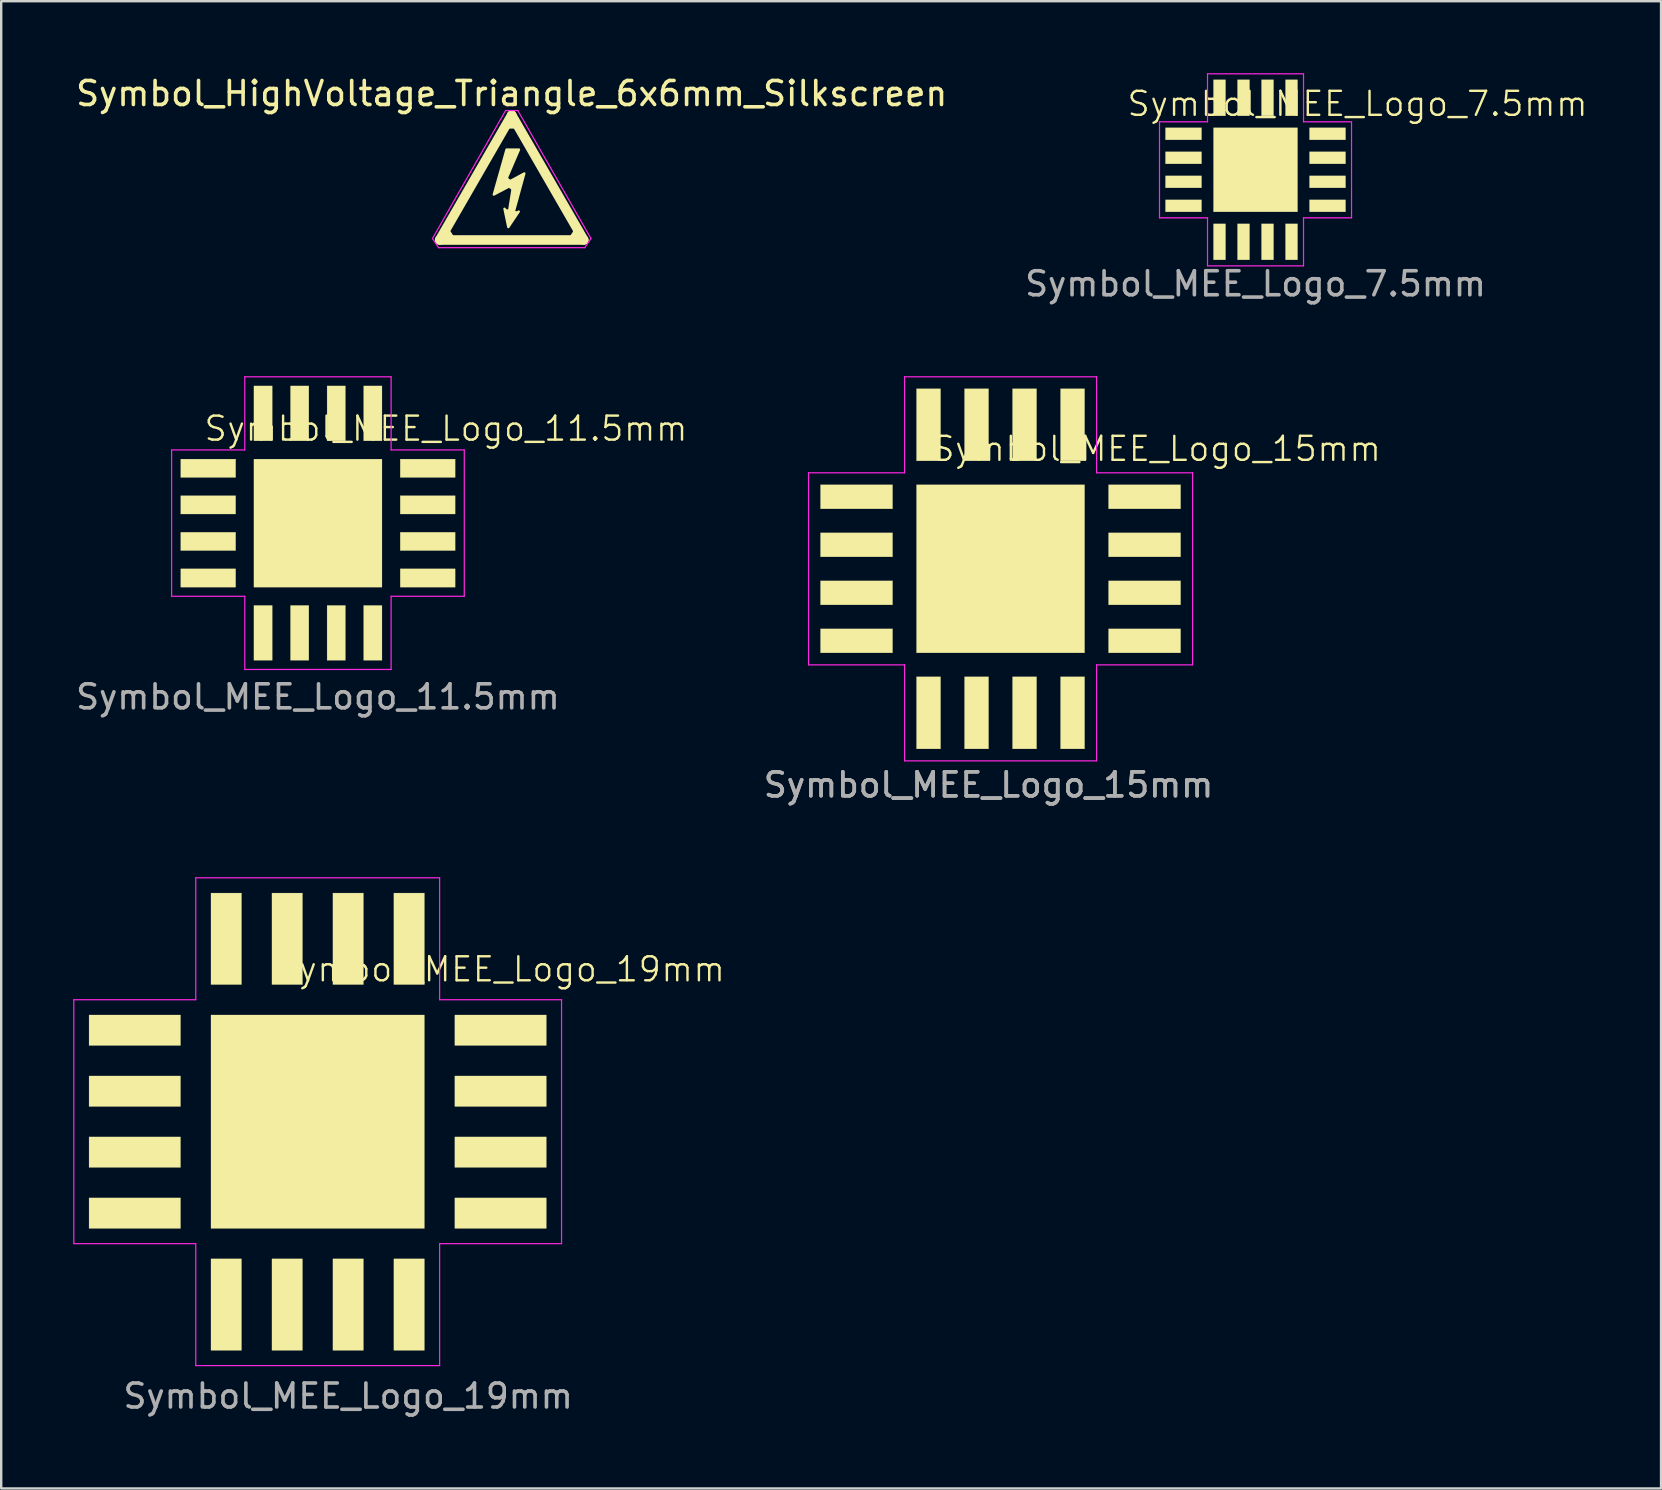
<source format=kicad_pcb>
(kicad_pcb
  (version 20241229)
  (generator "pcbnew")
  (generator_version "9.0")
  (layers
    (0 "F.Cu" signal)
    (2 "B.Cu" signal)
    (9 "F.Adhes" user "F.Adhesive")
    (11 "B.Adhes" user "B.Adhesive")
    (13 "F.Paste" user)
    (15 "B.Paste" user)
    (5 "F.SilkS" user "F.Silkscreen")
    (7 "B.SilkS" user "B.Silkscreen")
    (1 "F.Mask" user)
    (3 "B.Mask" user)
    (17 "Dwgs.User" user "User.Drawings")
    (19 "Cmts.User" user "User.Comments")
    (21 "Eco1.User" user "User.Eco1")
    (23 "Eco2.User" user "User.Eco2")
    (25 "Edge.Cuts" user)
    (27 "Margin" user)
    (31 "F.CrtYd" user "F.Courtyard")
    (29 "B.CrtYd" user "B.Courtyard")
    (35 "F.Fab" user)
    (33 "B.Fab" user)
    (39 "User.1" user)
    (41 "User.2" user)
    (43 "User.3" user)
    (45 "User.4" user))
  (footprint "Symbol_HighVoltage_Triangle_6x6mm_Silkscreen"
    (layer "F.Cu")
    (at 18.268 4.348)
    (property "Reference" "Symbol_HighVoltage_Triangle_6x6mm_Silkscreen" (at 0 -3.5 0) (layer "F.SilkS") (effects (font (size 1 1) (thickness 0.15))))
    (attr exclude_from_pos_files exclude_from_bom allow_missing_courtyard)
    (fp_line (start -3 2.6) (end 0 -2.6) (stroke (width 0.4) (type solid)) (layer "F.SilkS"))
    (fp_line (start -2.457 2.565) (end -2.723 2.155) (stroke (width 0.2) (type default)) (layer "F.SilkS"))
    (fp_line (start -0.28 0.03) (end -0.08 0.21) (stroke (width 0.2) (type default)) (layer "F.SilkS"))
    (fp_line (start -0.26 1.36) (end 0.21 1.46) (stroke (width 0.102) (type default)) (layer "F.SilkS"))
    (fp_line (start -0.135 0.295) (end 0.115 0.465) (stroke (width 0.2) (type default)) (layer "F.SilkS"))
    (fp_line (start -0.125 -2.14) (end 0.125 -2.14) (stroke (width 0.2) (type default)) (layer "F.SilkS"))
    (fp_line (start 0 -2.6) (end 3 2.6) (stroke (width 0.4) (type solid)) (layer "F.SilkS"))
    (fp_line (start 2.467 2.565) (end 2.733 2.155) (stroke (width 0.2) (type default)) (layer "F.SilkS"))
    (fp_line (start 3 2.6) (end -3 2.6) (stroke (width 0.4) (type solid)) (layer "F.SilkS"))
    (fp_poly (pts (xy -0.321 0.284) (xy 0.525 -0.171) (xy 0.049 1.565) (xy 0.293 1.416) (xy -0.141 2.062) (xy -0.3 1.3) (xy -0.131 1.533) (xy 0.07 0.273) (xy -0.745 0.707) (xy -0.215 -1.166) (xy 0.303 -1.166)) (stroke (width 0.1) (type solid)) (fill yes) (layer "F.SilkS"))
    (fp_line (start -3.302 2.54) (end -3.048 2.921) (stroke (width 0.05) (type default)) (layer "F.CrtYd"))
    (fp_line (start -3.048 2.921) (end 3.048 2.921) (stroke (width 0.05) (type default)) (layer "F.CrtYd"))
    (fp_line (start -0.254 -2.794) (end -3.302 2.54) (stroke (width 0.05) (type default)) (layer "F.CrtYd"))
    (fp_line (start -0.254 -2.794) (end 0.254 -2.794) (stroke (width 0.05) (type default)) (layer "F.CrtYd"))
    (fp_line (start 0.254 -2.794) (end 3.302 2.54) (stroke (width 0.05) (type default)) (layer "F.CrtYd"))
    (fp_line (start 3.048 2.921) (end 3.302 2.54) (stroke (width 0.05) (type default)) (layer "F.CrtYd")))
  (footprint "Symbol_MEE_Logo_15mm"
    (layer "F.Cu")
    (at 38.634 20.648)
    (property "Reference" "Symbol_MEE_Logo_15mm" (at 6.5 -5 0) (unlocked yes) (layer "F.SilkS") (effects (font (size 1 1) (thickness 0.1))))
    (attr smd)
    (fp_rect (start -7.5 -3.5) (end -4.5 -2.5) (stroke (width 0.01) (type solid)) (fill yes) (layer "F.SilkS"))
    (fp_rect (start -7.5 -1.5) (end -4.5 -0.5) (stroke (width 0.01) (type solid)) (fill yes) (layer "F.SilkS"))
    (fp_rect (start -7.5 0.5) (end -4.5 1.5) (stroke (width 0.01) (type solid)) (fill yes) (layer "F.SilkS"))
    (fp_rect (start -7.5 2.5) (end -4.5 3.5) (stroke (width 0.01) (type solid)) (fill yes) (layer "F.SilkS"))
    (fp_rect (start -3.5 -7.5) (end -2.5 -4.5) (stroke (width 0.01) (type solid)) (fill yes) (layer "F.SilkS"))
    (fp_rect (start -3.5 -3.5) (end 3.5 3.5) (stroke (width 0.01) (type solid)) (fill yes) (layer "F.SilkS"))
    (fp_rect (start -3.5 4.5) (end -2.5 7.5) (stroke (width 0.01) (type solid)) (fill yes) (layer "F.SilkS"))
    (fp_rect (start -1.5 -7.5) (end -0.5 -4.5) (stroke (width 0.01) (type solid)) (fill yes) (layer "F.SilkS"))
    (fp_rect (start -1.5 4.5) (end -0.5 7.5) (stroke (width 0.01) (type solid)) (fill yes) (layer "F.SilkS"))
    (fp_rect (start 0.5 -7.5) (end 1.5 -4.5) (stroke (width 0.01) (type solid)) (fill yes) (layer "F.SilkS"))
    (fp_rect (start 0.5 4.5) (end 1.5 7.5) (stroke (width 0.01) (type solid)) (fill yes) (layer "F.SilkS"))
    (fp_rect (start 2.5 -7.5) (end 3.5 -4.5) (stroke (width 0.01) (type solid)) (fill yes) (layer "F.SilkS"))
    (fp_rect (start 2.5 4.5) (end 3.5 7.5) (stroke (width 0.01) (type solid)) (fill yes) (layer "F.SilkS"))
    (fp_rect (start 4.5 -3.5) (end 7.5 -2.5) (stroke (width 0.01) (type solid)) (fill yes) (layer "F.SilkS"))
    (fp_rect (start 4.5 -1.5) (end 7.5 -0.5) (stroke (width 0.01) (type solid)) (fill yes) (layer "F.SilkS"))
    (fp_rect (start 4.5 0.5) (end 7.5 1.5) (stroke (width 0.01) (type solid)) (fill yes) (layer "F.SilkS"))
    (fp_rect (start 4.5 2.5) (end 7.5 3.5) (stroke (width 0.01) (type solid)) (fill yes) (layer "F.SilkS"))
    (fp_line (start -8 -4) (end -4 -4) (stroke (width 0.05) (type default)) (layer "F.CrtYd"))
    (fp_line (start -8 4) (end -8 -4) (stroke (width 0.05) (type default)) (layer "F.CrtYd"))
    (fp_line (start -4 -8) (end 4 -8) (stroke (width 0.05) (type default)) (layer "F.CrtYd"))
    (fp_line (start -4 -4) (end -4 -8) (stroke (width 0.05) (type default)) (layer "F.CrtYd"))
    (fp_line (start -4 4) (end -8 4) (stroke (width 0.05) (type default)) (layer "F.CrtYd"))
    (fp_line (start -4 8) (end -4 4) (stroke (width 0.05) (type default)) (layer "F.CrtYd"))
    (fp_line (start 4 -8) (end 4 -4) (stroke (width 0.05) (type default)) (layer "F.CrtYd"))
    (fp_line (start 4 -4) (end 8 -4) (stroke (width 0.05) (type default)) (layer "F.CrtYd"))
    (fp_line (start 4 4) (end 4 8) (stroke (width 0.05) (type default)) (layer "F.CrtYd"))
    (fp_line (start 4 8) (end -4 8) (stroke (width 0.05) (type default)) (layer "F.CrtYd"))
    (fp_line (start 8 -4) (end 8 4) (stroke (width 0.05) (type default)) (layer "F.CrtYd"))
    (fp_line (start 8 4) (end 4 4) (stroke (width 0.05) (type default)) (layer "F.CrtYd"))
    (fp_text user "${REFERENCE}" (at -0.5 9 0) (unlocked yes) (layer "F.Fab") (effects (font (size 1 1) (thickness 0.15))))
    (fp_text user "${REFERENCE}" (at -0.5 9 0) (unlocked yes) (layer "F.Fab") (effects (font (size 1 1) (thickness 0.15)))))
  (footprint "Symbol_MEE_Logo_11.5mm"
    (layer "F.Cu")
    (at 10.196 18.744)
    (property "Reference" "Symbol_MEE_Logo_11.5mm" (at 5.334 -3.937 0) (unlocked yes) (layer "F.SilkS") (effects (font (size 1 1) (thickness 0.1))))
    (attr smd)
    (fp_rect (start -5.715 -2.667) (end -3.429 -1.905) (stroke (width 0.01) (type solid)) (fill yes) (layer "F.SilkS"))
    (fp_rect (start -5.715 -1.143) (end -3.429 -0.381) (stroke (width 0.01) (type solid)) (fill yes) (layer "F.SilkS"))
    (fp_rect (start -5.715 0.381) (end -3.429 1.143) (stroke (width 0.01) (type solid)) (fill yes) (layer "F.SilkS"))
    (fp_rect (start -5.715 1.905) (end -3.429 2.667) (stroke (width 0.01) (type solid)) (fill yes) (layer "F.SilkS"))
    (fp_rect (start -2.667 -5.715) (end -1.905 -3.429) (stroke (width 0.01) (type solid)) (fill yes) (layer "F.SilkS"))
    (fp_rect (start -2.667 -2.667) (end 2.667 2.667) (stroke (width 0.01) (type solid)) (fill yes) (layer "F.SilkS"))
    (fp_rect (start -2.667 3.429) (end -1.905 5.715) (stroke (width 0.01) (type solid)) (fill yes) (layer "F.SilkS"))
    (fp_rect (start -1.143 -5.715) (end -0.381 -3.429) (stroke (width 0.01) (type solid)) (fill yes) (layer "F.SilkS"))
    (fp_rect (start -1.143 3.429) (end -0.381 5.715) (stroke (width 0.01) (type solid)) (fill yes) (layer "F.SilkS"))
    (fp_rect (start 0.381 -5.715) (end 1.143 -3.429) (stroke (width 0.01) (type solid)) (fill yes) (layer "F.SilkS"))
    (fp_rect (start 0.381 3.429) (end 1.143 5.715) (stroke (width 0.01) (type solid)) (fill yes) (layer "F.SilkS"))
    (fp_rect (start 1.905 -5.715) (end 2.667 -3.429) (stroke (width 0.01) (type solid)) (fill yes) (layer "F.SilkS"))
    (fp_rect (start 1.905 3.429) (end 2.667 5.715) (stroke (width 0.01) (type solid)) (fill yes) (layer "F.SilkS"))
    (fp_rect (start 3.429 -2.667) (end 5.715 -1.905) (stroke (width 0.01) (type solid)) (fill yes) (layer "F.SilkS"))
    (fp_rect (start 3.429 -1.143) (end 5.715 -0.381) (stroke (width 0.01) (type solid)) (fill yes) (layer "F.SilkS"))
    (fp_rect (start 3.429 0.381) (end 5.715 1.143) (stroke (width 0.01) (type solid)) (fill yes) (layer "F.SilkS"))
    (fp_rect (start 3.429 1.905) (end 5.715 2.667) (stroke (width 0.01) (type solid)) (fill yes) (layer "F.SilkS"))
    (fp_line (start -6.096 -3.048) (end -3.048 -3.048) (stroke (width 0.05) (type default)) (layer "F.CrtYd"))
    (fp_line (start -6.096 3.048) (end -6.096 -3.048) (stroke (width 0.05) (type default)) (layer "F.CrtYd"))
    (fp_line (start -3.048 -6.096) (end 3.048 -6.096) (stroke (width 0.05) (type default)) (layer "F.CrtYd"))
    (fp_line (start -3.048 -3.048) (end -3.048 -6.096) (stroke (width 0.05) (type default)) (layer "F.CrtYd"))
    (fp_line (start -3.048 3.048) (end -6.096 3.048) (stroke (width 0.05) (type default)) (layer "F.CrtYd"))
    (fp_line (start -3.048 6.096) (end -3.048 3.048) (stroke (width 0.05) (type default)) (layer "F.CrtYd"))
    (fp_line (start 3.048 -6.096) (end 3.048 -3.048) (stroke (width 0.05) (type default)) (layer "F.CrtYd"))
    (fp_line (start 3.048 -3.048) (end 6.096 -3.048) (stroke (width 0.05) (type default)) (layer "F.CrtYd"))
    (fp_line (start 3.048 3.048) (end 3.048 6.096) (stroke (width 0.05) (type default)) (layer "F.CrtYd"))
    (fp_line (start 3.048 6.096) (end -3.048 6.096) (stroke (width 0.05) (type default)) (layer "F.CrtYd"))
    (fp_line (start 6.096 -3.048) (end 6.096 3.048) (stroke (width 0.05) (type default)) (layer "F.CrtYd"))
    (fp_line (start 6.096 3.048) (end 3.048 3.048) (stroke (width 0.05) (type default)) (layer "F.CrtYd"))
    (fp_text user "${REFERENCE}" (at 0 7.239 0) (unlocked yes) (layer "F.Fab") (effects (font (size 1 1) (thickness 0.15)))))
  (footprint "Symbol_MEE_Logo_19mm"
    (layer "F.Cu")
    (at 10.185 43.681)
    (property "Reference" "Symbol_MEE_Logo_19mm" (at 7.62 -6.35 0) (unlocked yes) (layer "F.SilkS") (effects (font (size 1 1) (thickness 0.1))))
    (attr smd)
    (fp_rect (start -9.525 -4.445) (end -5.715 -3.175) (stroke (width 0.01) (type solid)) (fill yes) (layer "F.SilkS"))
    (fp_rect (start -9.525 -1.905) (end -5.715 -0.635) (stroke (width 0.01) (type solid)) (fill yes) (layer "F.SilkS"))
    (fp_rect (start -9.525 0.635) (end -5.715 1.905) (stroke (width 0.01) (type solid)) (fill yes) (layer "F.SilkS"))
    (fp_rect (start -9.525 3.175) (end -5.715 4.445) (stroke (width 0.01) (type solid)) (fill yes) (layer "F.SilkS"))
    (fp_rect (start -4.445 -9.525) (end -3.175 -5.715) (stroke (width 0.01) (type solid)) (fill yes) (layer "F.SilkS"))
    (fp_rect (start -4.445 -4.445) (end 4.445 4.445) (stroke (width 0.01) (type solid)) (fill yes) (layer "F.SilkS"))
    (fp_rect (start -4.445 5.715) (end -3.175 9.525) (stroke (width 0.01) (type solid)) (fill yes) (layer "F.SilkS"))
    (fp_rect (start -1.905 -9.525) (end -0.635 -5.715) (stroke (width 0.01) (type solid)) (fill yes) (layer "F.SilkS"))
    (fp_rect (start -1.905 5.715) (end -0.635 9.525) (stroke (width 0.01) (type solid)) (fill yes) (layer "F.SilkS"))
    (fp_rect (start 0.635 -9.525) (end 1.905 -5.715) (stroke (width 0.01) (type solid)) (fill yes) (layer "F.SilkS"))
    (fp_rect (start 0.635 5.715) (end 1.905 9.525) (stroke (width 0.01) (type solid)) (fill yes) (layer "F.SilkS"))
    (fp_rect (start 3.175 -9.525) (end 4.445 -5.715) (stroke (width 0.01) (type solid)) (fill yes) (layer "F.SilkS"))
    (fp_rect (start 3.175 5.715) (end 4.445 9.525) (stroke (width 0.01) (type solid)) (fill yes) (layer "F.SilkS"))
    (fp_rect (start 5.715 -4.445) (end 9.525 -3.175) (stroke (width 0.01) (type solid)) (fill yes) (layer "F.SilkS"))
    (fp_rect (start 5.715 -1.905) (end 9.525 -0.635) (stroke (width 0.01) (type solid)) (fill yes) (layer "F.SilkS"))
    (fp_rect (start 5.715 0.635) (end 9.525 1.905) (stroke (width 0.01) (type solid)) (fill yes) (layer "F.SilkS"))
    (fp_rect (start 5.715 3.175) (end 9.525 4.445) (stroke (width 0.01) (type solid)) (fill yes) (layer "F.SilkS"))
    (fp_line (start -10.16 -5.08) (end -5.08 -5.08) (stroke (width 0.05) (type default)) (layer "F.CrtYd"))
    (fp_line (start -10.16 5.08) (end -10.16 -5.08) (stroke (width 0.05) (type default)) (layer "F.CrtYd"))
    (fp_line (start -5.08 -10.16) (end 5.08 -10.16) (stroke (width 0.05) (type default)) (layer "F.CrtYd"))
    (fp_line (start -5.08 -5.08) (end -5.08 -10.16) (stroke (width 0.05) (type default)) (layer "F.CrtYd"))
    (fp_line (start -5.08 5.08) (end -10.16 5.08) (stroke (width 0.05) (type default)) (layer "F.CrtYd"))
    (fp_line (start -5.08 10.16) (end -5.08 5.08) (stroke (width 0.05) (type default)) (layer "F.CrtYd"))
    (fp_line (start 5.08 -10.16) (end 5.08 -5.08) (stroke (width 0.05) (type default)) (layer "F.CrtYd"))
    (fp_line (start 5.08 -5.08) (end 10.16 -5.08) (stroke (width 0.05) (type default)) (layer "F.CrtYd"))
    (fp_line (start 5.08 5.08) (end 5.08 10.16) (stroke (width 0.05) (type default)) (layer "F.CrtYd"))
    (fp_line (start 5.08 10.16) (end -5.08 10.16) (stroke (width 0.05) (type default)) (layer "F.CrtYd"))
    (fp_line (start 10.16 -5.08) (end 10.16 5.08) (stroke (width 0.05) (type default)) (layer "F.CrtYd"))
    (fp_line (start 10.16 5.08) (end 5.08 5.08) (stroke (width 0.05) (type default)) (layer "F.CrtYd"))
    (fp_text user "${REFERENCE}" (at 1.27 11.43 0) (unlocked yes) (layer "F.Fab") (effects (font (size 1 1) (thickness 0.15)))))
  (footprint "Symbol_MEE_Logo_7.5mm"
    (layer "F.Cu")
    (at 49.256 4.025)
    (property "Reference" "Symbol_MEE_Logo_7.5mm" (at 4.25 -2.75 0) (unlocked yes) (layer "F.SilkS") (effects (font (size 1 1) (thickness 0.1))))
    (attr smd)
    (fp_rect (start -3.75 -1.75) (end -2.25 -1.25) (stroke (width 0.01) (type solid)) (fill yes) (layer "F.SilkS"))
    (fp_rect (start -3.75 -0.75) (end -2.25 -0.25) (stroke (width 0.01) (type solid)) (fill yes) (layer "F.SilkS"))
    (fp_rect (start -3.75 0.25) (end -2.25 0.75) (stroke (width 0.01) (type solid)) (fill yes) (layer "F.SilkS"))
    (fp_rect (start -3.75 1.25) (end -2.25 1.75) (stroke (width 0.01) (type solid)) (fill yes) (layer "F.SilkS"))
    (fp_rect (start -1.75 -3.75) (end -1.25 -2.25) (stroke (width 0.01) (type solid)) (fill yes) (layer "F.SilkS"))
    (fp_rect (start -1.75 -1.75) (end 1.75 1.75) (stroke (width 0.01) (type solid)) (fill yes) (layer "F.SilkS"))
    (fp_rect (start -1.75 2.25) (end -1.25 3.75) (stroke (width 0.01) (type solid)) (fill yes) (layer "F.SilkS"))
    (fp_rect (start -0.75 -3.75) (end -0.25 -2.25) (stroke (width 0.01) (type solid)) (fill yes) (layer "F.SilkS"))
    (fp_rect (start -0.75 2.25) (end -0.25 3.75) (stroke (width 0.01) (type solid)) (fill yes) (layer "F.SilkS"))
    (fp_rect (start 0.25 -3.75) (end 0.75 -2.25) (stroke (width 0.01) (type solid)) (fill yes) (layer "F.SilkS"))
    (fp_rect (start 0.25 2.25) (end 0.75 3.75) (stroke (width 0.01) (type solid)) (fill yes) (layer "F.SilkS"))
    (fp_rect (start 1.25 -3.75) (end 1.75 -2.25) (stroke (width 0.01) (type solid)) (fill yes) (layer "F.SilkS"))
    (fp_rect (start 1.25 2.25) (end 1.75 3.75) (stroke (width 0.01) (type solid)) (fill yes) (layer "F.SilkS"))
    (fp_rect (start 2.25 -1.75) (end 3.75 -1.25) (stroke (width 0.01) (type solid)) (fill yes) (layer "F.SilkS"))
    (fp_rect (start 2.25 -0.75) (end 3.75 -0.25) (stroke (width 0.01) (type solid)) (fill yes) (layer "F.SilkS"))
    (fp_rect (start 2.25 0.25) (end 3.75 0.75) (stroke (width 0.01) (type solid)) (fill yes) (layer "F.SilkS"))
    (fp_rect (start 2.25 1.25) (end 3.75 1.75) (stroke (width 0.01) (type solid)) (fill yes) (layer "F.SilkS"))
    (fp_line (start -4 -2) (end -2 -2) (stroke (width 0.05) (type default)) (layer "F.CrtYd"))
    (fp_line (start -4 2) (end -4 -2) (stroke (width 0.05) (type default)) (layer "F.CrtYd"))
    (fp_line (start -2 -4) (end 2 -4) (stroke (width 0.05) (type default)) (layer "F.CrtYd"))
    (fp_line (start -2 -2) (end -2 -4) (stroke (width 0.05) (type default)) (layer "F.CrtYd"))
    (fp_line (start -2 2) (end -4 2) (stroke (width 0.05) (type default)) (layer "F.CrtYd"))
    (fp_line (start -2 4) (end -2 2) (stroke (width 0.05) (type default)) (layer "F.CrtYd"))
    (fp_line (start 2 -4) (end 2 -2) (stroke (width 0.05) (type default)) (layer "F.CrtYd"))
    (fp_line (start 2 -2) (end 4 -2) (stroke (width 0.05) (type default)) (layer "F.CrtYd"))
    (fp_line (start 2 2) (end 2 4) (stroke (width 0.05) (type default)) (layer "F.CrtYd"))
    (fp_line (start 2 4) (end -2 4) (stroke (width 0.05) (type default)) (layer "F.CrtYd"))
    (fp_line (start 4 -2) (end 4 2) (stroke (width 0.05) (type default)) (layer "F.CrtYd"))
    (fp_line (start 4 2) (end 2 2) (stroke (width 0.05) (type default)) (layer "F.CrtYd"))
    (fp_text user "${REFERENCE}" (at 0 4.75 0) (unlocked yes) (layer "F.Fab") (effects (font (size 1 1) (thickness 0.15)))))
  (gr_rect
    (start -3 -3)
    (end 66.151 58.96)
    (stroke (width 0.1) (type default))
    (fill no)
    (layer "Edge.Cuts")))
</source>
